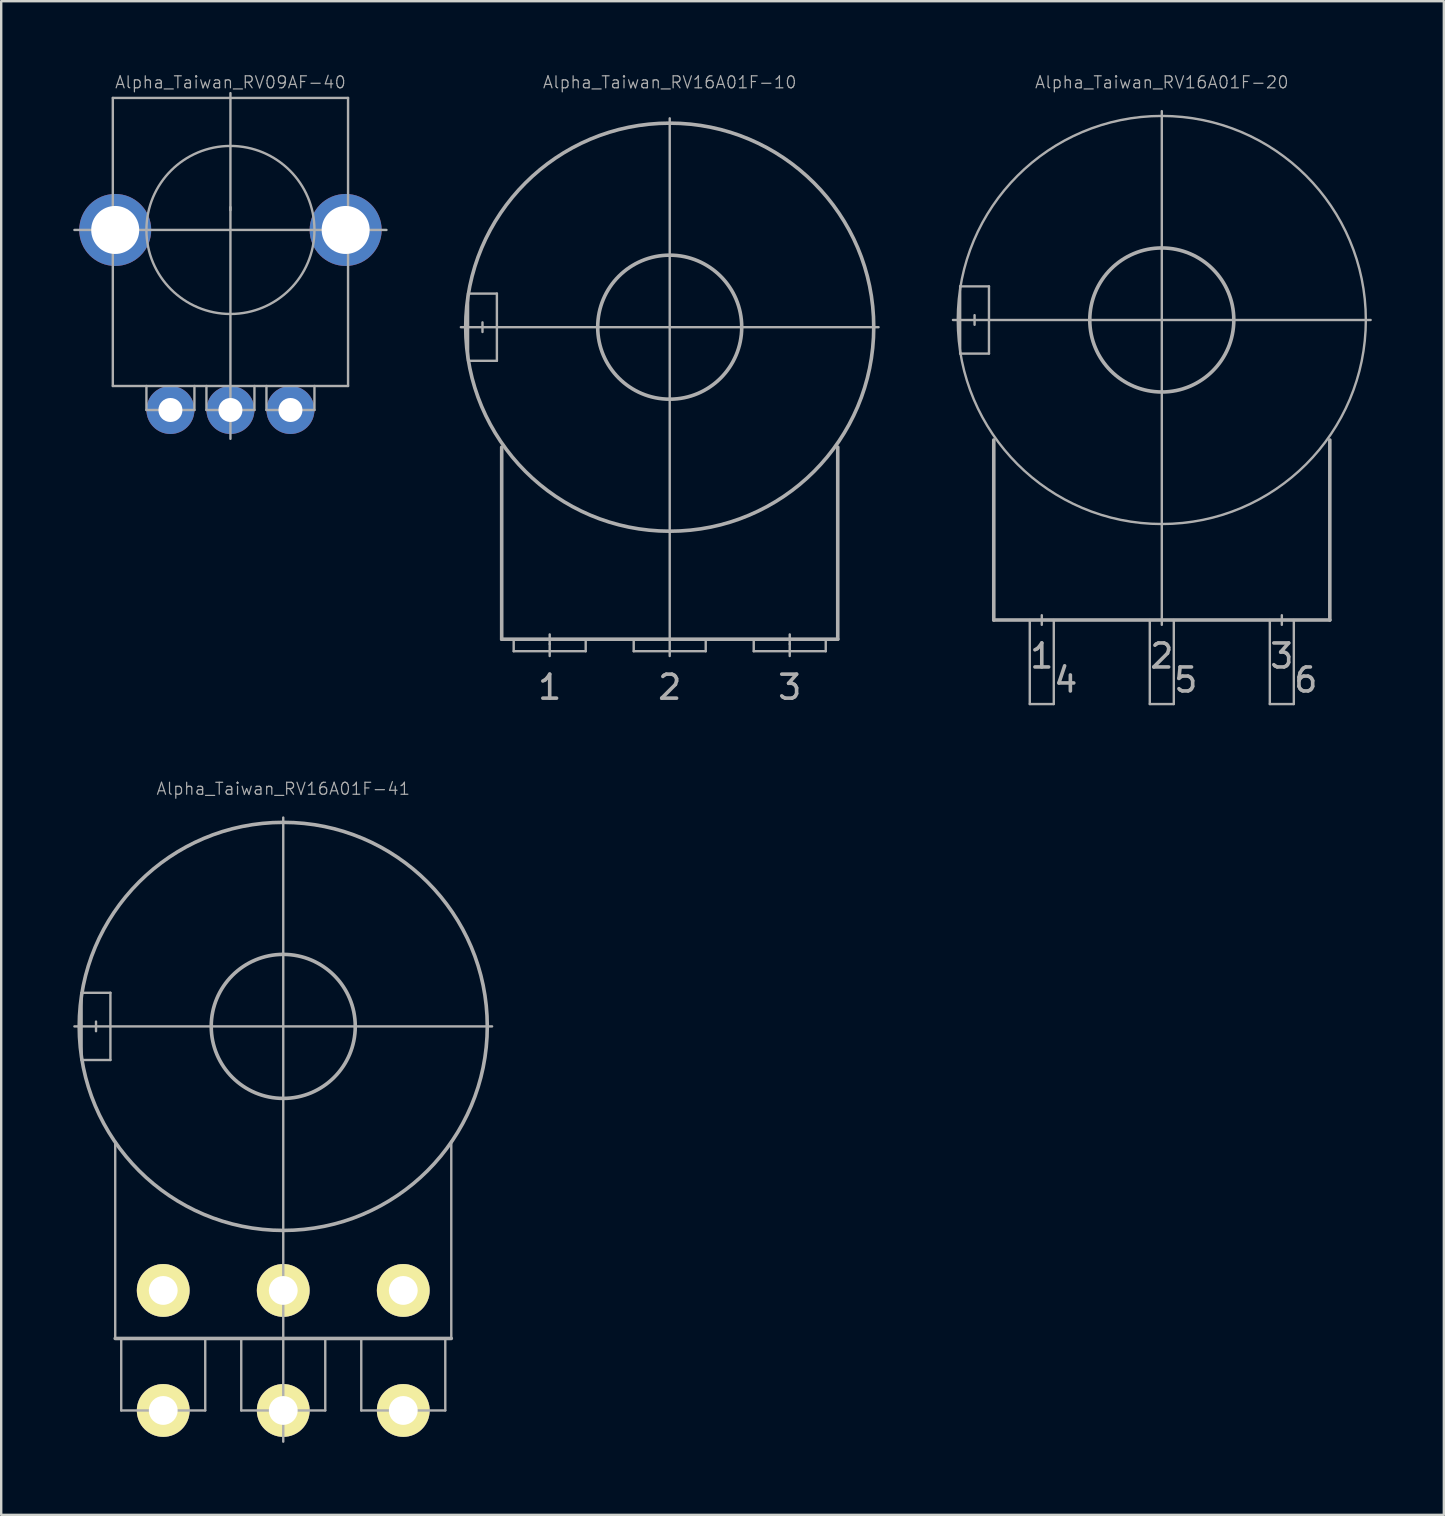
<source format=kicad_pcb>
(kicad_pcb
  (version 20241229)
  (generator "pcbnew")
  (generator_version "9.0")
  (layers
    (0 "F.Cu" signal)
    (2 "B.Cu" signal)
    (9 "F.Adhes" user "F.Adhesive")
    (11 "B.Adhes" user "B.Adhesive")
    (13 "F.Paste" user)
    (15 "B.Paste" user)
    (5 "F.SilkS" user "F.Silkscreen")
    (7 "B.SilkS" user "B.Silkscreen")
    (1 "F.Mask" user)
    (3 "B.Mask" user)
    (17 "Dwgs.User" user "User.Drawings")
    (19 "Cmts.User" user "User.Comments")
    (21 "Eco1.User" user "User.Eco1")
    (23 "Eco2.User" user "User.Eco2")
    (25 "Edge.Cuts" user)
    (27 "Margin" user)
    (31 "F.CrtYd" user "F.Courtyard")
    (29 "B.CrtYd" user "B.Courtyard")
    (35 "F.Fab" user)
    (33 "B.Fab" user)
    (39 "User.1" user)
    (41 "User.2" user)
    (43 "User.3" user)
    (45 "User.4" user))
  (footprint "Alpha_Taiwan_RV16A01F-10"
    (layer "F.Cu")
    (at 24.85 10.58)
    (property "Reference" "Alpha_Taiwan_RV16A01F-10" (at 0 -10.2 0) (layer "F.Fab") (effects (font (size 0.5 0.5) (thickness 0.05))))
    (attr through_hole)
    (fp_line (start -8.7 0) (end 8.7 0) (stroke (width 0.1) (type solid)) (layer "F.Fab"))
    (fp_line (start -8.4 -1.4) (end -8.4 1.4) (stroke (width 0.1) (type solid)) (layer "F.Fab"))
    (fp_line (start -8.4 1.4) (end -7.2 1.4) (stroke (width 0.1) (type solid)) (layer "F.Fab"))
    (fp_line (start -7.8 -0.2) (end -7.8 0.2) (stroke (width 0.1) (type solid)) (layer "F.Fab"))
    (fp_line (start -7.2 -1.4) (end -8.4 -1.4) (stroke (width 0.1) (type solid)) (layer "F.Fab"))
    (fp_line (start -7.2 1.4) (end -7.2 -1.4) (stroke (width 0.1) (type solid)) (layer "F.Fab"))
    (fp_line (start -7 13) (end -7 5) (stroke (width 0.15) (type solid)) (layer "F.Fab"))
    (fp_line (start -7 13) (end 7 13) (stroke (width 0.15) (type solid)) (layer "F.Fab"))
    (fp_line (start -6.5 13.5) (end -6.5 13) (stroke (width 0.1) (type solid)) (layer "F.Fab"))
    (fp_line (start -6.5 13.5) (end -3.5 13.5) (stroke (width 0.1) (type solid)) (layer "F.Fab"))
    (fp_line (start -5 12.8) (end -5 13.2) (stroke (width 0.1) (type solid)) (layer "F.Fab"))
    (fp_line (start -5 13.2) (end -5 13.7) (stroke (width 0.1) (type solid)) (layer "F.Fab"))
    (fp_line (start -3.5 13.5) (end -3.5 13) (stroke (width 0.1) (type solid)) (layer "F.Fab"))
    (fp_line (start -1.5 13.5) (end -1.5 13) (stroke (width 0.1) (type solid)) (layer "F.Fab"))
    (fp_line (start 0 0) (end 0 -8.7) (stroke (width 0.1) (type solid)) (layer "F.Fab"))
    (fp_line (start 0 0) (end 0 13.7) (stroke (width 0.1) (type solid)) (layer "F.Fab"))
    (fp_line (start 1.5 13) (end 1.5 13.5) (stroke (width 0.1) (type solid)) (layer "F.Fab"))
    (fp_line (start 1.5 13.5) (end -1.5 13.5) (stroke (width 0.1) (type solid)) (layer "F.Fab"))
    (fp_line (start 3.5 13.5) (end 3.5 13) (stroke (width 0.1) (type solid)) (layer "F.Fab"))
    (fp_line (start 5 12.8) (end 5 13.2) (stroke (width 0.1) (type solid)) (layer "F.Fab"))
    (fp_line (start 5 13.2) (end 5 13.7) (stroke (width 0.1) (type solid)) (layer "F.Fab"))
    (fp_line (start 6.5 13) (end 6.5 13.5) (stroke (width 0.1) (type solid)) (layer "F.Fab"))
    (fp_line (start 6.5 13.5) (end 3.5 13.5) (stroke (width 0.1) (type solid)) (layer "F.Fab"))
    (fp_line (start 7 13) (end 7 5) (stroke (width 0.15) (type solid)) (layer "F.Fab"))
    (fp_circle (center 0 0) (end 3 0) (stroke (width 0.15) (type solid)) (fill no) (layer "F.Fab"))
    (fp_circle (center 0 0) (end 8.5 0) (stroke (width 0.15) (type solid)) (fill no) (layer "F.Fab"))
    (fp_text user "2" (at 0 15 0) (layer "F.Fab") (effects (font (size 1 1) (thickness 0.15))))
    (fp_text user "1" (at -5 15 0) (layer "F.Fab") (effects (font (size 1 1) (thickness 0.15))))
    (fp_text user "3" (at 5 15 0) (layer "F.Fab") (effects (font (size 1 1) (thickness 0.15)))))
  (footprint "Alpha_Taiwan_RV09AF-40"
    (layer "F.Cu")
    (at 6.55 6.53)
    (property "Reference" "Alpha_Taiwan_RV09AF-40" (at 0 -6.15 0) (layer "F.Fab") (effects (font (size 0.5 0.5) (thickness 0.05))))
    (attr through_hole)
    (fp_line (start -4.9 -5.5) (end 4.9 -5.5) (stroke (width 0.1) (type solid)) (layer "F.Fab"))
    (fp_line (start -4.9 6.5) (end -4.9 -5.5) (stroke (width 0.1) (type solid)) (layer "F.Fab"))
    (fp_line (start -3.5 6.5) (end -3.5 7.5) (stroke (width 0.1) (type solid)) (layer "F.Fab"))
    (fp_line (start -3.5 7.5) (end -1.5 7.5) (stroke (width 0.1) (type solid)) (layer "F.Fab"))
    (fp_line (start -1.5 7.5) (end -1.5 6.5) (stroke (width 0.1) (type solid)) (layer "F.Fab"))
    (fp_line (start -1 6.5) (end -1 7.5) (stroke (width 0.1) (type solid)) (layer "F.Fab"))
    (fp_line (start -1 7.5) (end 1 7.5) (stroke (width 0.1) (type solid)) (layer "F.Fab"))
    (fp_line (start 0 -5.7) (end 0 8.7) (stroke (width 0.1) (type solid)) (layer "F.Fab"))
    (fp_line (start 0 -0.825) (end 0 -0.95) (stroke (width 0.1) (type solid)) (layer "F.Fab"))
    (fp_line (start 1 7.5) (end 1 6.5) (stroke (width 0.1) (type solid)) (layer "F.Fab"))
    (fp_line (start 1.5 6.5) (end 1.5 7.5) (stroke (width 0.1) (type solid)) (layer "F.Fab"))
    (fp_line (start 1.5 7.5) (end 3.5 7.5) (stroke (width 0.1) (type solid)) (layer "F.Fab"))
    (fp_line (start 3.5 7.5) (end 3.5 6.5) (stroke (width 0.1) (type solid)) (layer "F.Fab"))
    (fp_line (start 4.9 -5.5) (end 4.9 6.5) (stroke (width 0.1) (type solid)) (layer "F.Fab"))
    (fp_line (start 4.9 6.5) (end -4.9 6.5) (stroke (width 0.1) (type solid)) (layer "F.Fab"))
    (fp_line (start 6.5 0) (end -6.5 0) (stroke (width 0.1) (type solid)) (layer "F.Fab"))
    (fp_circle (center 0 0) (end 3.5 0) (stroke (width 0.1) (type solid)) (fill no) (layer "F.Fab"))
    (pad "1" thru_hole circle (at -2.5 7.5) (size 2 2) (drill 1) (layers "*.Cu" "*.Mask"))
    (pad "2" thru_hole circle (at 0 7.5) (size 2 2) (drill 1) (layers "*.Cu" "*.Mask"))
    (pad "3" thru_hole circle (at 2.5 7.5) (size 2 2) (drill 1) (layers "*.Cu" "*.Mask"))
    (pad "MH" thru_hole circle (at -4.8 0) (size 3 3) (drill 2) (layers "*.Cu" "*.Mask"))
    (pad "MH" thru_hole circle (at 4.8 0) (size 3 3) (drill 2) (layers "*.Cu" "*.Mask")))
  (footprint "Alpha_Taiwan_RV16A01F-41"
    (layer "F.Cu")
    (at 8.75 39.709)
    (property "Reference" "Alpha_Taiwan_RV16A01F-41" (at 0 -9.9 0) (layer "F.Fab") (effects (font (size 0.5 0.5) (thickness 0.05))))
    (attr through_hole)
    (fp_line (start -8.7 0) (end 8.7 0) (stroke (width 0.1) (type solid)) (layer "F.Fab"))
    (fp_line (start -8.4 -1.4) (end -8.4 1.4) (stroke (width 0.1) (type solid)) (layer "F.Fab"))
    (fp_line (start -8.4 1.4) (end -7.2 1.4) (stroke (width 0.1) (type solid)) (layer "F.Fab"))
    (fp_line (start -7.8 -0.2) (end -7.8 0.2) (stroke (width 0.1) (type solid)) (layer "F.Fab"))
    (fp_line (start -7.2 -1.4) (end -8.4 -1.4) (stroke (width 0.1) (type solid)) (layer "F.Fab"))
    (fp_line (start -7.2 1.4) (end -7.2 -1.4) (stroke (width 0.1) (type solid)) (layer "F.Fab"))
    (fp_line (start -7 13) (end -7 4.8) (stroke (width 0.1) (type solid)) (layer "F.Fab"))
    (fp_line (start -7 13) (end 7 13) (stroke (width 0.15) (type solid)) (layer "F.Fab"))
    (fp_line (start -6.75 16) (end -6.75 13) (stroke (width 0.1) (type solid)) (layer "F.Fab"))
    (fp_line (start -5 15.8) (end -5 16.2) (stroke (width 0.1) (type solid)) (layer "F.Fab"))
    (fp_line (start -3.25 16) (end -6.75 16) (stroke (width 0.1) (type solid)) (layer "F.Fab"))
    (fp_line (start -3.25 16) (end -3.25 13) (stroke (width 0.1) (type solid)) (layer "F.Fab"))
    (fp_line (start -1.75 16) (end -1.75 13) (stroke (width 0.1) (type solid)) (layer "F.Fab"))
    (fp_line (start 0 -8.7) (end 0 17.3) (stroke (width 0.1) (type solid)) (layer "F.Fab"))
    (fp_line (start 1.75 13) (end 1.75 16) (stroke (width 0.1) (type solid)) (layer "F.Fab"))
    (fp_line (start 1.75 16) (end -1.75 16) (stroke (width 0.1) (type solid)) (layer "F.Fab"))
    (fp_line (start 3.25 16) (end 3.25 13) (stroke (width 0.1) (type solid)) (layer "F.Fab"))
    (fp_line (start 3.25 16) (end 6.75 16) (stroke (width 0.1) (type solid)) (layer "F.Fab"))
    (fp_line (start 5 15.8) (end 5 16.2) (stroke (width 0.1) (type solid)) (layer "F.Fab"))
    (fp_line (start 6.75 16) (end 6.75 13) (stroke (width 0.1) (type solid)) (layer "F.Fab"))
    (fp_line (start 7 13) (end 7 4.8) (stroke (width 0.1) (type solid)) (layer "F.Fab"))
    (fp_circle (center 0 0) (end 3 0) (stroke (width 0.15) (type solid)) (fill no) (layer "F.Fab"))
    (fp_circle (center 0 0) (end 8.5 0) (stroke (width 0.15) (type solid)) (fill no) (layer "F.Fab"))
    (pad "1" thru_hole circle (at -5 16) (size 2.2 2.2) (drill 1.2) (layers "*.Cu" "*.Mask" "F.SilkS"))
    (pad "2" thru_hole circle (at 0 16) (size 2.2 2.2) (drill 1.2) (layers "*.Cu" "*.Mask" "F.SilkS"))
    (pad "3" thru_hole circle (at 5 16) (size 2.2 2.2) (drill 1.2) (layers "*.Cu" "*.Mask" "F.SilkS"))
    (pad "4" thru_hole circle (at -5 11) (size 2.2 2.2) (drill 1.2) (layers "*.Cu" "*.Mask" "F.SilkS"))
    (pad "5" thru_hole circle (at 0 11) (size 2.2 2.2) (drill 1.2) (layers "*.Cu" "*.Mask" "F.SilkS"))
    (pad "6" thru_hole circle (at 5 11) (size 2.2 2.2) (drill 1.2) (layers "*.Cu" "*.Mask" "F.SilkS")))
  (footprint "Alpha_Taiwan_RV16A01F-20"
    (layer "F.Cu")
    (at 45.35 10.28)
    (property "Reference" "Alpha_Taiwan_RV16A01F-20" (at 0 -9.9 0) (layer "F.Fab") (effects (font (size 0.5 0.5) (thickness 0.05))))
    (attr through_hole)
    (fp_line (start -8.7 0) (end 8.7 0) (stroke (width 0.1) (type solid)) (layer "F.Fab"))
    (fp_line (start -8.4 -1.4) (end -7.2 -1.4) (stroke (width 0.1) (type solid)) (layer "F.Fab"))
    (fp_line (start -8.4 1.4) (end -8.4 -1.4) (stroke (width 0.1) (type solid)) (layer "F.Fab"))
    (fp_line (start -7.8 -0.2) (end -7.8 0.2) (stroke (width 0.1) (type solid)) (layer "F.Fab"))
    (fp_line (start -7.2 -1.4) (end -7.2 1.4) (stroke (width 0.1) (type solid)) (layer "F.Fab"))
    (fp_line (start -7.2 1.4) (end -8.4 1.4) (stroke (width 0.1) (type solid)) (layer "F.Fab"))
    (fp_line (start -7 12.5) (end -7 5) (stroke (width 0.15) (type solid)) (layer "F.Fab"))
    (fp_line (start -7 12.5) (end 7 12.5) (stroke (width 0.15) (type solid)) (layer "F.Fab"))
    (fp_line (start -5.5 12.5) (end -5.5 16) (stroke (width 0.1) (type solid)) (layer "F.Fab"))
    (fp_line (start -5.5 16) (end -4.5 16) (stroke (width 0.1) (type solid)) (layer "F.Fab"))
    (fp_line (start -5 12.3) (end -5 12.7) (stroke (width 0.1) (type solid)) (layer "F.Fab"))
    (fp_line (start -4.5 16) (end -4.5 12.5) (stroke (width 0.1) (type solid)) (layer "F.Fab"))
    (fp_line (start -0.5 12.5) (end -0.5 16) (stroke (width 0.1) (type solid)) (layer "F.Fab"))
    (fp_line (start -0.5 16) (end 0.5 16) (stroke (width 0.1) (type solid)) (layer "F.Fab"))
    (fp_line (start 0 0) (end 0 -8.7) (stroke (width 0.1) (type solid)) (layer "F.Fab"))
    (fp_line (start 0 0) (end 0 12.7) (stroke (width 0.1) (type solid)) (layer "F.Fab"))
    (fp_line (start 0.5 16) (end 0.5 12.5) (stroke (width 0.1) (type solid)) (layer "F.Fab"))
    (fp_line (start 4.5 12.5) (end 4.5 16) (stroke (width 0.1) (type solid)) (layer "F.Fab"))
    (fp_line (start 4.5 16) (end 5.5 16) (stroke (width 0.1) (type solid)) (layer "F.Fab"))
    (fp_line (start 5 12.3) (end 5 12.7) (stroke (width 0.1) (type solid)) (layer "F.Fab"))
    (fp_line (start 5.5 16) (end 5.5 12.5) (stroke (width 0.1) (type solid)) (layer "F.Fab"))
    (fp_line (start 7 12.5) (end 7 5) (stroke (width 0.15) (type solid)) (layer "F.Fab"))
    (fp_circle (center 0 0) (end 0 -8.5) (stroke (width 0.1) (type solid)) (fill no) (layer "F.Fab"))
    (fp_circle (center 0 0) (end 3 0) (stroke (width 0.15) (type solid)) (fill no) (layer "F.Fab"))
    (fp_text user "6" (at 6 15 0) (layer "F.Fab") (effects (font (size 1 1) (thickness 0.15))))
    (fp_text user "3" (at 5 14 0) (layer "F.Fab") (effects (font (size 1 1) (thickness 0.15))))
    (fp_text user "1" (at -5 14 0) (layer "F.Fab") (effects (font (size 1 1) (thickness 0.15))))
    (fp_text user "5" (at 1 15 0) (layer "F.Fab") (effects (font (size 1 1) (thickness 0.15))))
    (fp_text user "4" (at -4 15 0) (layer "F.Fab") (effects (font (size 1 1) (thickness 0.15))))
    (fp_text user "2" (at 0 14 0) (layer "F.Fab") (effects (font (size 1 1) (thickness 0.15)))))
  (gr_rect
    (start -3 -3)
    (end 57.1 60.059)
    (stroke (width 0.1) (type default))
    (fill no)
    (layer "Edge.Cuts")))
</source>
